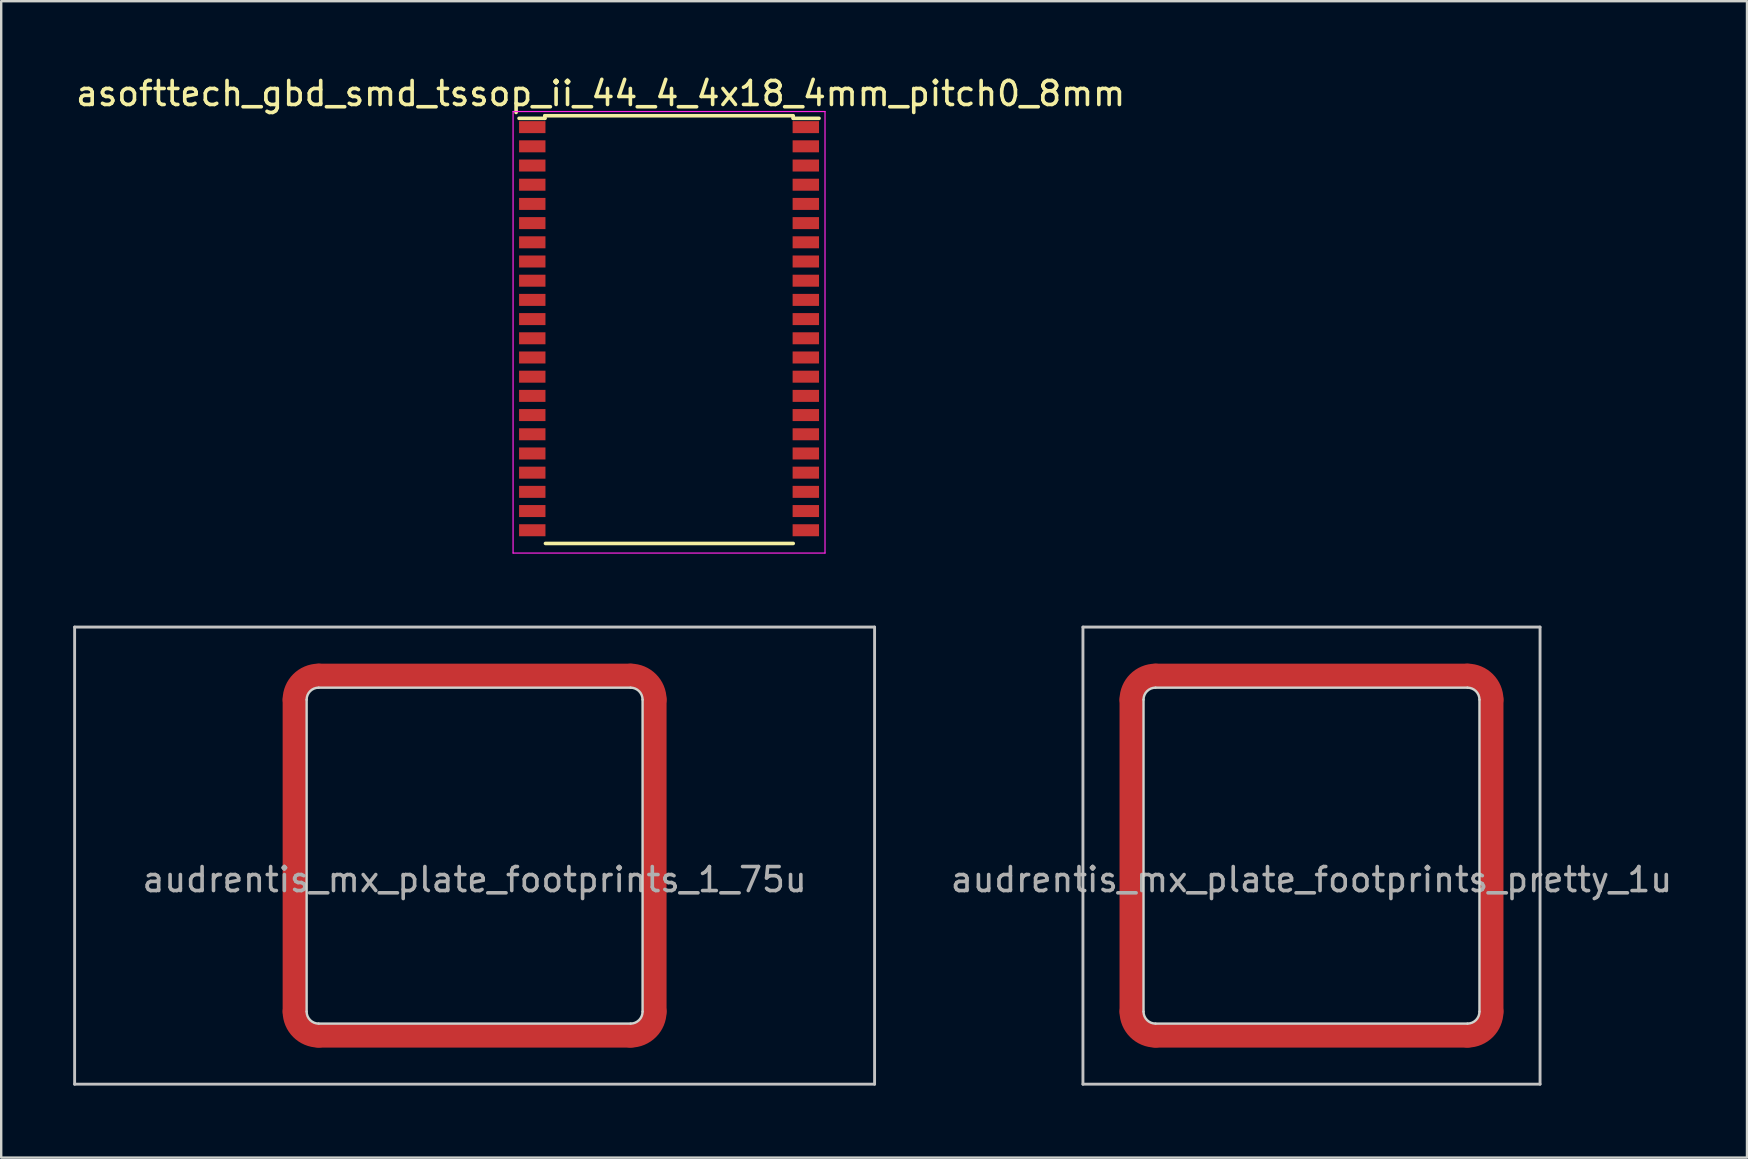
<source format=kicad_pcb>
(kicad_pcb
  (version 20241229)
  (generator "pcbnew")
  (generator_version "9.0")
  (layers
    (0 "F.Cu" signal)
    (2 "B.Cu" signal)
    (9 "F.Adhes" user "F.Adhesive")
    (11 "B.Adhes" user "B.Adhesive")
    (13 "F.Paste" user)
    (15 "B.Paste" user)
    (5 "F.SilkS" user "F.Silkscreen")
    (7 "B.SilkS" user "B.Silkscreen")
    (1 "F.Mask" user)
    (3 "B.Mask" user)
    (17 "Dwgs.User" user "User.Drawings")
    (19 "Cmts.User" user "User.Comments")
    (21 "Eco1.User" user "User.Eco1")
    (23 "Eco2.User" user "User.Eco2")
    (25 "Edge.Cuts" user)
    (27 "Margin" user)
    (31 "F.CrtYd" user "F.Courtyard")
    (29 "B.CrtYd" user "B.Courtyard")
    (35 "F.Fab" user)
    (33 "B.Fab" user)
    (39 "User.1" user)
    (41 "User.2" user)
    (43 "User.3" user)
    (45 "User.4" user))
  (footprint "audrentis_mx_plate_footprints_1_75u"
    (layer "F.Cu")
    (at 16.729 32.608)
    (property "Reference" "audrentis_mx_plate_footprints_1_75u" (at 0 1 0) (layer "F.Fab") (effects (font (size 1 1) (thickness 0.15))))
    (attr through_hole)
    (fp_line (start -7.5 -6.5) (end -7.5 6.5) (stroke (width 1) (type solid)) (layer "F.Cu"))
    (fp_line (start -6.5 7.5) (end 6.5 7.5) (stroke (width 1) (type solid)) (layer "F.Cu"))
    (fp_line (start 6.5 -7.5) (end -6.5 -7.5) (stroke (width 1) (type solid)) (layer "F.Cu"))
    (fp_line (start 7.5 6.5) (end 7.5 -6.5) (stroke (width 1) (type solid)) (layer "F.Cu"))
    (fp_arc (start -7.5 -6.500001) (mid -7.207106 -7.207107) (end -6.499999 -7.5) (stroke (width 1) (type solid)) (layer "F.Cu"))
    (fp_arc (start -6.5 7.5) (mid -7.207107 7.207107) (end -7.5 6.5) (stroke (width 1) (type solid)) (layer "F.Cu"))
    (fp_arc (start 6.5 -7.5) (mid 7.207107 -7.207107) (end 7.5 -6.5) (stroke (width 1) (type solid)) (layer "F.Cu"))
    (fp_arc (start 7.499999 6.5) (mid 7.207106 7.207106) (end 6.5 7.499999) (stroke (width 1) (type solid)) (layer "F.Cu"))
    (fp_line (start -7.5 -6.5) (end -7.5 6.5) (stroke (width 1) (type solid)) (layer "F.Mask"))
    (fp_line (start -6.5 7.5) (end 6.5 7.5) (stroke (width 1) (type solid)) (layer "F.Mask"))
    (fp_line (start 6.5 -7.5) (end -6.5 -7.5) (stroke (width 1) (type solid)) (layer "F.Mask"))
    (fp_line (start 7.5 6.5) (end 7.5 -6.5) (stroke (width 1) (type solid)) (layer "F.Mask"))
    (fp_arc (start -7.5 -6.500001) (mid -7.207106 -7.207107) (end -6.499999 -7.5) (stroke (width 1) (type solid)) (layer "F.Mask"))
    (fp_arc (start -6.5 7.5) (mid -7.207107 7.207107) (end -7.5 6.5) (stroke (width 1) (type solid)) (layer "F.Mask"))
    (fp_arc (start 6.5 -7.5) (mid 7.207107 -7.207107) (end 7.5 -6.5) (stroke (width 1) (type solid)) (layer "F.Mask"))
    (fp_arc (start 7.499999 6.5) (mid 7.207106 7.207106) (end 6.5 7.499999) (stroke (width 1) (type solid)) (layer "F.Mask"))
    (fp_line (start -16.669 -9.525) (end -16.669 9.525) (stroke (width 0.12) (type solid)) (layer "Dwgs.User"))
    (fp_line (start -16.669 -9.525) (end 16.669 -9.525) (stroke (width 0.12) (type solid)) (layer "Dwgs.User"))
    (fp_line (start -16.669 9.525) (end 16.669 9.525) (stroke (width 0.12) (type solid)) (layer "Dwgs.User"))
    (fp_line (start 16.669 9.525) (end 16.669 -9.525) (stroke (width 0.12) (type solid)) (layer "Dwgs.User"))
    (fp_line (start -7 -6.5) (end -7 6.5) (stroke (width 0.1) (type solid)) (layer "Edge.Cuts"))
    (fp_line (start -6.5 7) (end 6.5 7) (stroke (width 0.1) (type solid)) (layer "Edge.Cuts"))
    (fp_line (start 6.5 -7) (end -6.5 -7) (stroke (width 0.1) (type solid)) (layer "Edge.Cuts"))
    (fp_line (start 7 6.5) (end 7 -6.5) (stroke (width 0.1) (type solid)) (layer "Edge.Cuts"))
    (fp_arc (start -7 -6.500001) (mid -6.853553 -6.853554) (end -6.499999 -7) (stroke (width 0.1) (type solid)) (layer "Edge.Cuts"))
    (fp_arc (start -6.5 7) (mid -6.853553 6.853553) (end -7 6.5) (stroke (width 0.1) (type solid)) (layer "Edge.Cuts"))
    (fp_arc (start 6.5 -7) (mid 6.853553 -6.853553) (end 7 -6.5) (stroke (width 0.1) (type solid)) (layer "Edge.Cuts"))
    (fp_arc (start 6.999999 6.5) (mid 6.853553 6.853553) (end 6.5 6.999999) (stroke (width 0.1) (type solid)) (layer "Edge.Cuts")))
  (footprint "asofttech_gbd_smd_tssop_ii_44_4_4x18_4mm_pitch0_8mm"
    (layer "F.Cu")
    (at 21.982 10.998)
    (property "Reference" "asofttech_gbd_smd_tssop_ii_44_4_4x18_4mm_pitch0_8mm" (at 0 -10.15 0) (layer "F.SilkS") (effects (font (size 1 1) (thickness 0.15))))
    (attr smd)
    (fp_line (start -2.325 -9.225) (end -2.325 -9.117) (stroke (width 0.15) (type solid)) (layer "F.SilkS"))
    (fp_line (start -2.325 -9.225) (end 8 -9.225) (stroke (width 0.15) (type solid)) (layer "F.SilkS"))
    (fp_line (start -2.325 -9.117) (end -3.4 -9.117) (stroke (width 0.15) (type solid)) (layer "F.SilkS"))
    (fp_line (start -2.3 8.6) (end 8.025 8.6) (stroke (width 0.15) (type solid)) (layer "F.SilkS"))
    (fp_line (start 8.025 -9.225) (end 8.025 -9.117) (stroke (width 0.15) (type solid)) (layer "F.SilkS"))
    (fp_line (start 9.1 -9.117) (end 8.025 -9.117) (stroke (width 0.15) (type solid)) (layer "F.SilkS"))
    (fp_line (start -3.65 -9.4) (end -3.65 9) (stroke (width 0.05) (type solid)) (layer "F.CrtYd"))
    (fp_line (start -3.65 -9.4) (end 9.35 -9.4) (stroke (width 0.05) (type solid)) (layer "F.CrtYd"))
    (fp_line (start -3.65 9) (end 9.35 9) (stroke (width 0.05) (type solid)) (layer "F.CrtYd"))
    (fp_line (start 9.35 -9.4) (end 9.35 9) (stroke (width 0.05) (type solid)) (layer "F.CrtYd"))
    (pad "1" smd rect (at -2.85 -8.75) (size 1.1 0.5) (layers "F.Cu" "F.Mask" "F.Paste"))
    (pad "2" smd rect (at -2.85 -7.95) (size 1.1 0.5) (layers "F.Cu" "F.Mask" "F.Paste"))
    (pad "3" smd rect (at -2.85 -7.15) (size 1.1 0.5) (layers "F.Cu" "F.Mask" "F.Paste"))
    (pad "4" smd rect (at -2.85 -6.35) (size 1.1 0.5) (layers "F.Cu" "F.Mask" "F.Paste"))
    (pad "5" smd rect (at -2.85 -5.55) (size 1.1 0.5) (layers "F.Cu" "F.Mask" "F.Paste"))
    (pad "6" smd rect (at -2.85 -4.75) (size 1.1 0.5) (layers "F.Cu" "F.Mask" "F.Paste"))
    (pad "7" smd rect (at -2.85 -3.95) (size 1.1 0.5) (layers "F.Cu" "F.Mask" "F.Paste"))
    (pad "8" smd rect (at -2.85 -3.15) (size 1.1 0.5) (layers "F.Cu" "F.Mask" "F.Paste"))
    (pad "9" smd rect (at -2.85 -2.35) (size 1.1 0.5) (layers "F.Cu" "F.Mask" "F.Paste"))
    (pad "10" smd rect (at -2.85 -1.55) (size 1.1 0.5) (layers "F.Cu" "F.Mask" "F.Paste"))
    (pad "11" smd rect (at -2.85 -0.75) (size 1.1 0.5) (layers "F.Cu" "F.Mask" "F.Paste"))
    (pad "12" smd rect (at -2.85 0.05) (size 1.1 0.5) (layers "F.Cu" "F.Mask" "F.Paste"))
    (pad "13" smd rect (at -2.85 0.85) (size 1.1 0.5) (layers "F.Cu" "F.Mask" "F.Paste"))
    (pad "14" smd rect (at -2.85 1.65) (size 1.1 0.5) (layers "F.Cu" "F.Mask" "F.Paste"))
    (pad "15" smd rect (at -2.85 2.45) (size 1.1 0.5) (layers "F.Cu" "F.Mask" "F.Paste"))
    (pad "16" smd rect (at -2.85 3.25) (size 1.1 0.5) (layers "F.Cu" "F.Mask" "F.Paste"))
    (pad "17" smd rect (at -2.85 4.05) (size 1.1 0.5) (layers "F.Cu" "F.Mask" "F.Paste"))
    (pad "18" smd rect (at -2.85 4.85) (size 1.1 0.5) (layers "F.Cu" "F.Mask" "F.Paste"))
    (pad "19" smd rect (at -2.85 5.65) (size 1.1 0.5) (layers "F.Cu" "F.Mask" "F.Paste"))
    (pad "20" smd rect (at -2.85 6.45) (size 1.1 0.5) (layers "F.Cu" "F.Mask" "F.Paste"))
    (pad "21" smd rect (at -2.85 7.25) (size 1.1 0.5) (layers "F.Cu" "F.Mask" "F.Paste"))
    (pad "22" smd rect (at -2.85 8.05) (size 1.1 0.5) (layers "F.Cu" "F.Mask" "F.Paste"))
    (pad "23" smd rect (at 8.55 8.05) (size 1.1 0.5) (layers "F.Cu" "F.Mask" "F.Paste"))
    (pad "24" smd rect (at 8.55 7.25) (size 1.1 0.5) (layers "F.Cu" "F.Mask" "F.Paste"))
    (pad "25" smd rect (at 8.55 6.45) (size 1.1 0.5) (layers "F.Cu" "F.Mask" "F.Paste"))
    (pad "26" smd rect (at 8.55 5.65) (size 1.1 0.5) (layers "F.Cu" "F.Mask" "F.Paste"))
    (pad "27" smd rect (at 8.55 4.85) (size 1.1 0.5) (layers "F.Cu" "F.Mask" "F.Paste"))
    (pad "28" smd rect (at 8.55 4.05) (size 1.1 0.5) (layers "F.Cu" "F.Mask" "F.Paste"))
    (pad "29" smd rect (at 8.55 3.25) (size 1.1 0.5) (layers "F.Cu" "F.Mask" "F.Paste"))
    (pad "30" smd rect (at 8.55 2.45) (size 1.1 0.5) (layers "F.Cu" "F.Mask" "F.Paste"))
    (pad "31" smd rect (at 8.55 1.65) (size 1.1 0.5) (layers "F.Cu" "F.Mask" "F.Paste"))
    (pad "32" smd rect (at 8.55 0.85) (size 1.1 0.5) (layers "F.Cu" "F.Mask" "F.Paste"))
    (pad "33" smd rect (at 8.55 0.05) (size 1.1 0.5) (layers "F.Cu" "F.Mask" "F.Paste"))
    (pad "34" smd rect (at 8.55 -0.75) (size 1.1 0.5) (layers "F.Cu" "F.Mask" "F.Paste"))
    (pad "35" smd rect (at 8.55 -1.55) (size 1.1 0.5) (layers "F.Cu" "F.Mask" "F.Paste"))
    (pad "36" smd rect (at 8.55 -2.35) (size 1.1 0.5) (layers "F.Cu" "F.Mask" "F.Paste"))
    (pad "37" smd rect (at 8.55 -3.15) (size 1.1 0.5) (layers "F.Cu" "F.Mask" "F.Paste"))
    (pad "38" smd rect (at 8.55 -3.95) (size 1.1 0.5) (layers "F.Cu" "F.Mask" "F.Paste"))
    (pad "39" smd rect (at 8.55 -4.75) (size 1.1 0.5) (layers "F.Cu" "F.Mask" "F.Paste"))
    (pad "40" smd rect (at 8.55 -5.55) (size 1.1 0.5) (layers "F.Cu" "F.Mask" "F.Paste"))
    (pad "41" smd rect (at 8.55 -6.35) (size 1.1 0.5) (layers "F.Cu" "F.Mask" "F.Paste"))
    (pad "42" smd rect (at 8.55 -7.15) (size 1.1 0.5) (layers "F.Cu" "F.Mask" "F.Paste"))
    (pad "43" smd rect (at 8.55 -7.95) (size 1.1 0.5) (layers "F.Cu" "F.Mask" "F.Paste"))
    (pad "44" smd rect (at 8.55 -8.75) (size 1.1 0.5) (layers "F.Cu" "F.Mask" "F.Paste")))
  (footprint "audrentis_mx_plate_footprints_pretty_1u"
    (layer "F.Cu")
    (at 51.606 32.608)
    (property "Reference" "audrentis_mx_plate_footprints_pretty_1u" (at 0 1 0) (layer "F.Fab") (effects (font (size 1 1) (thickness 0.15))))
    (attr through_hole)
    (fp_line (start -7.5 -6.5) (end -7.5 6.5) (stroke (width 1) (type solid)) (layer "F.Cu"))
    (fp_line (start -6.5 7.5) (end 6.5 7.5) (stroke (width 1) (type solid)) (layer "F.Cu"))
    (fp_line (start 6.5 -7.5) (end -6.5 -7.5) (stroke (width 1) (type solid)) (layer "F.Cu"))
    (fp_line (start 7.5 6.5) (end 7.5 -6.5) (stroke (width 1) (type solid)) (layer "F.Cu"))
    (fp_arc (start -7.5 -6.500001) (mid -7.207106 -7.207107) (end -6.499999 -7.5) (stroke (width 1) (type solid)) (layer "F.Cu"))
    (fp_arc (start -6.5 7.5) (mid -7.207107 7.207107) (end -7.5 6.5) (stroke (width 1) (type solid)) (layer "F.Cu"))
    (fp_arc (start 6.5 -7.5) (mid 7.207107 -7.207107) (end 7.5 -6.5) (stroke (width 1) (type solid)) (layer "F.Cu"))
    (fp_arc (start 7.499999 6.5) (mid 7.207106 7.207106) (end 6.5 7.499999) (stroke (width 1) (type solid)) (layer "F.Cu"))
    (fp_line (start -7.5 -6.5) (end -7.5 6.5) (stroke (width 1) (type solid)) (layer "F.Mask"))
    (fp_line (start -6.5 7.5) (end 6.5 7.5) (stroke (width 1) (type solid)) (layer "F.Mask"))
    (fp_line (start 6.5 -7.5) (end -6.5 -7.5) (stroke (width 1) (type solid)) (layer "F.Mask"))
    (fp_line (start 7.5 6.5) (end 7.5 -6.5) (stroke (width 1) (type solid)) (layer "F.Mask"))
    (fp_arc (start -7.5 -6.500001) (mid -7.207106 -7.207107) (end -6.499999 -7.5) (stroke (width 1) (type solid)) (layer "F.Mask"))
    (fp_arc (start -6.5 7.5) (mid -7.207107 7.207107) (end -7.5 6.5) (stroke (width 1) (type solid)) (layer "F.Mask"))
    (fp_arc (start 6.5 -7.5) (mid 7.207107 -7.207107) (end 7.5 -6.5) (stroke (width 1) (type solid)) (layer "F.Mask"))
    (fp_arc (start 7.499999 6.5) (mid 7.207106 7.207106) (end 6.5 7.499999) (stroke (width 1) (type solid)) (layer "F.Mask"))
    (fp_line (start -9.525 -9.525) (end -9.525 9.525) (stroke (width 0.12) (type solid)) (layer "Dwgs.User"))
    (fp_line (start -9.525 -9.525) (end 9.525 -9.525) (stroke (width 0.12) (type solid)) (layer "Dwgs.User"))
    (fp_line (start -9.525 9.525) (end 9.525 9.525) (stroke (width 0.12) (type solid)) (layer "Dwgs.User"))
    (fp_line (start 9.525 9.525) (end 9.525 -9.525) (stroke (width 0.12) (type solid)) (layer "Dwgs.User"))
    (fp_line (start -7 -6.5) (end -7 6.5) (stroke (width 0.1) (type solid)) (layer "Edge.Cuts"))
    (fp_line (start -6.5 7) (end 6.5 7) (stroke (width 0.1) (type solid)) (layer "Edge.Cuts"))
    (fp_line (start 6.5 -7) (end -6.5 -7) (stroke (width 0.1) (type solid)) (layer "Edge.Cuts"))
    (fp_line (start 7 6.5) (end 7 -6.5) (stroke (width 0.1) (type solid)) (layer "Edge.Cuts"))
    (fp_arc (start -7 -6.500001) (mid -6.853553 -6.853554) (end -6.499999 -7) (stroke (width 0.1) (type solid)) (layer "Edge.Cuts"))
    (fp_arc (start -6.5 7) (mid -6.853553 6.853553) (end -7 6.5) (stroke (width 0.1) (type solid)) (layer "Edge.Cuts"))
    (fp_arc (start 6.5 -7) (mid 6.853553 -6.853553) (end 7 -6.5) (stroke (width 0.1) (type solid)) (layer "Edge.Cuts"))
    (fp_arc (start 6.999999 6.5) (mid 6.853553 6.853553) (end 6.5 6.999999) (stroke (width 0.1) (type solid)) (layer "Edge.Cuts")))
  (gr_rect
    (start -3 -3)
    (end 69.755 45.193)
    (stroke (width 0.1) (type default))
    (fill no)
    (layer "Edge.Cuts")))
</source>
